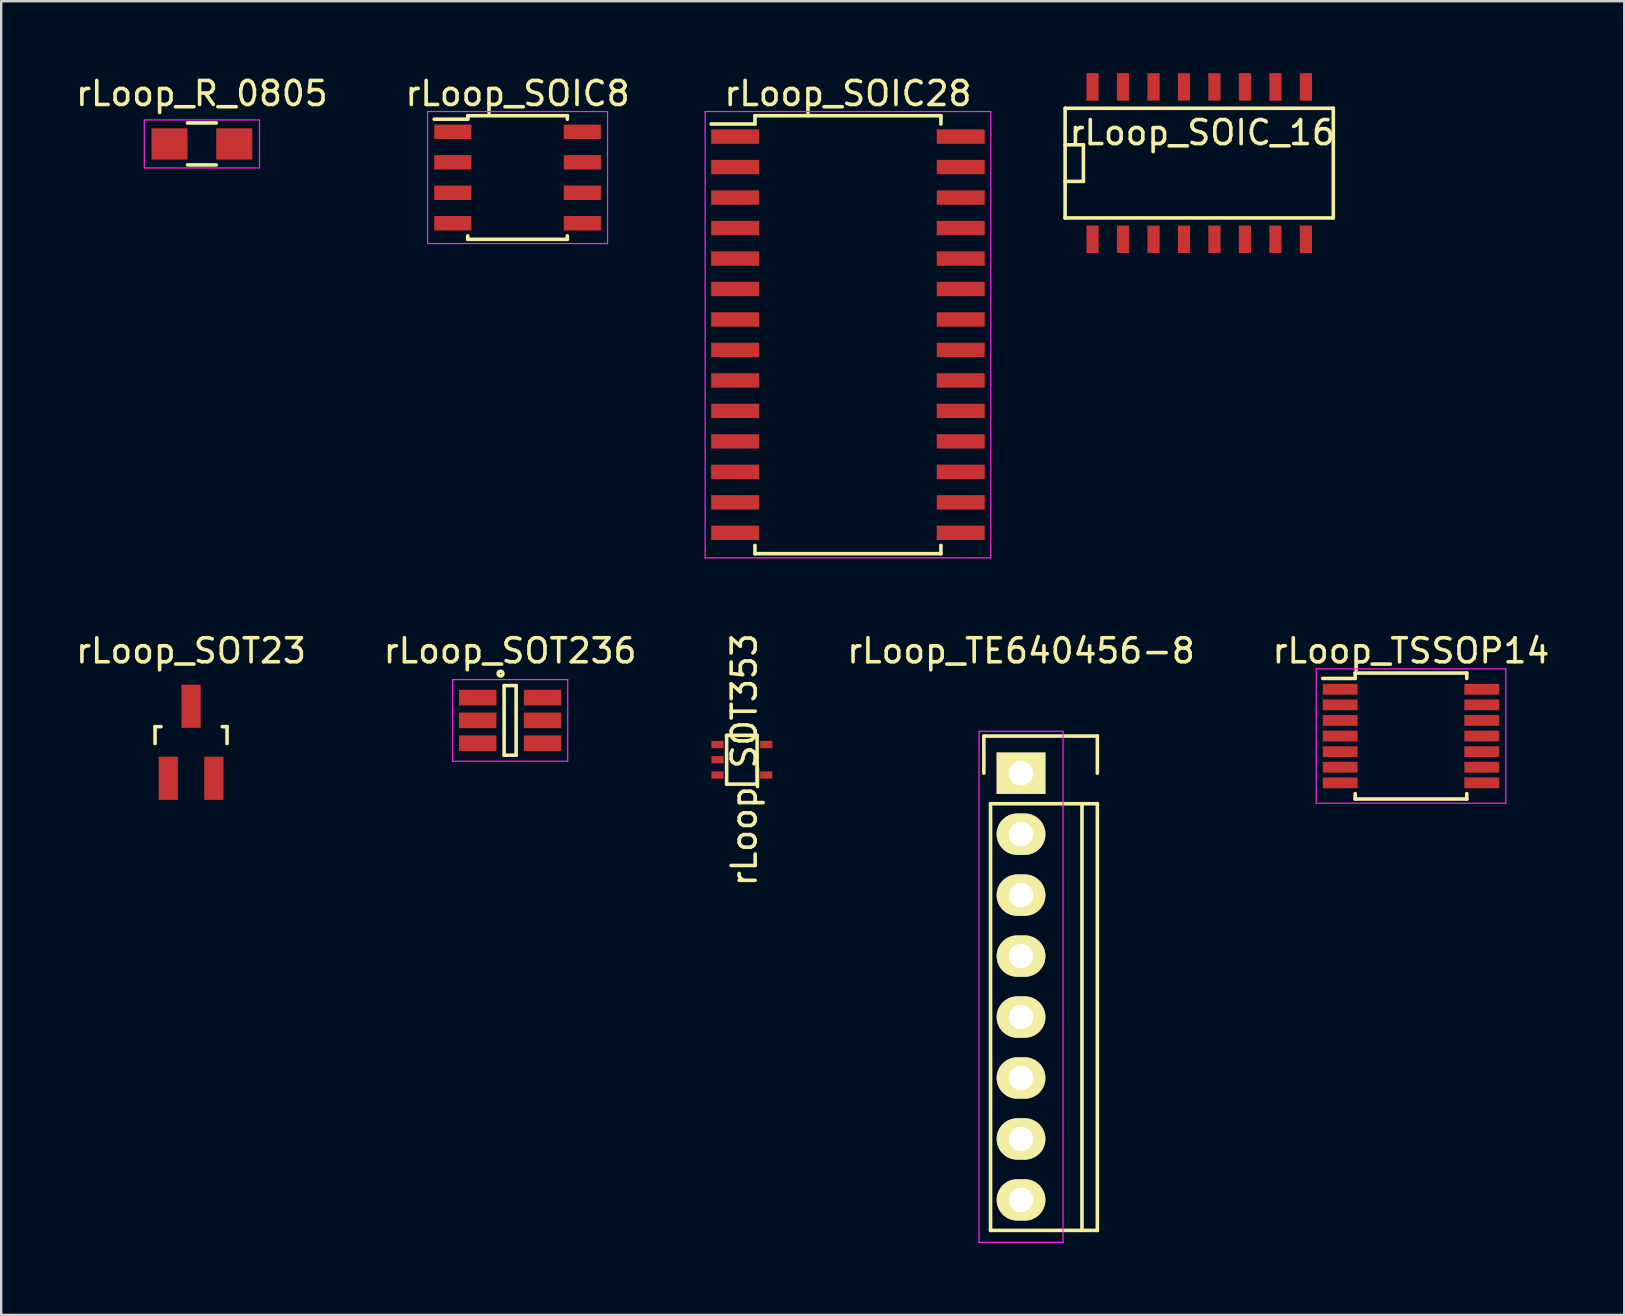
<source format=kicad_pcb>
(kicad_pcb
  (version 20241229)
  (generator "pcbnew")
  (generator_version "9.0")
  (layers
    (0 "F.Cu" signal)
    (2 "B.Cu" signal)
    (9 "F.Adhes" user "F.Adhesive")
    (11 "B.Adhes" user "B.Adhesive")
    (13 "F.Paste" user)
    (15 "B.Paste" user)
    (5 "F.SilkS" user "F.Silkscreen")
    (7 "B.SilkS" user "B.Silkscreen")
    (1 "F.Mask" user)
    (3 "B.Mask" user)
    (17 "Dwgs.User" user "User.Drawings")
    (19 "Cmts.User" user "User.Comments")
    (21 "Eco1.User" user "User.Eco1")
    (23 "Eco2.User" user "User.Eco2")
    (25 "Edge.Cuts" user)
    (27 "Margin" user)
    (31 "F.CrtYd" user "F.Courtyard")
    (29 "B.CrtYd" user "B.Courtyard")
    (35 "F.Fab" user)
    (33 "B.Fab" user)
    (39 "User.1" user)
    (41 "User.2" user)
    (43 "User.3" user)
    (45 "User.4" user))
  (footprint "rLoop_SOT23"
    (layer "F.Cu")
    (at 4.911 27.881)
    (property "Reference" "rLoop_SOT23" (at 0 -3.81 0) (layer "F.SilkS") (effects (font (size 1 1) (thickness 0.15))))
    (attr smd)
    (fp_line (start -1.5 -0.65) (end -1.251 -0.65) (stroke (width 0.15) (type solid)) (layer "F.SilkS"))
    (fp_line (start -1.5 0.051) (end -1.5 -0.65) (stroke (width 0.15) (type solid)) (layer "F.SilkS"))
    (fp_line (start 1.299 -0.65) (end 1.5 -0.65) (stroke (width 0.15) (type solid)) (layer "F.SilkS"))
    (fp_line (start 1.5 -0.65) (end 1.5 0.051) (stroke (width 0.15) (type solid)) (layer "F.SilkS"))
    (pad "1" smd rect (at -0.95 1.501) (size 0.8 1.801) (layers "F.Cu" "F.Mask" "F.Paste"))
    (pad "2" smd rect (at 0.95 1.501) (size 0.8 1.801) (layers "F.Cu" "F.Mask" "F.Paste"))
    (pad "3" smd rect (at 0 -1.501) (size 0.8 1.801) (layers "F.Cu" "F.Mask" "F.Paste")))
  (footprint "rLoop_SOIC_16"
    (layer "F.Cu")
    (at 46.923 3.747)
    (property "Reference" "rLoop_SOIC_16" (at 0.127 -1.27 0) (layer "F.SilkS") (effects (font (size 1 1) (thickness 0.15))))
    (attr smd)
    (fp_line (start -5.588 -2.286) (end 5.588 -2.286) (stroke (width 0.15) (type solid)) (layer "F.SilkS"))
    (fp_line (start -5.588 -0.762) (end -4.826 -0.762) (stroke (width 0.15) (type solid)) (layer "F.SilkS"))
    (fp_line (start -5.588 2.286) (end -5.588 -2.286) (stroke (width 0.15) (type solid)) (layer "F.SilkS"))
    (fp_line (start -4.826 -0.762) (end -4.826 0.762) (stroke (width 0.15) (type solid)) (layer "F.SilkS"))
    (fp_line (start -4.826 0.762) (end -5.588 0.762) (stroke (width 0.15) (type solid)) (layer "F.SilkS"))
    (fp_line (start 5.588 -2.286) (end 5.588 2.286) (stroke (width 0.15) (type solid)) (layer "F.SilkS"))
    (fp_line (start 5.588 2.286) (end -5.588 2.286) (stroke (width 0.15) (type solid)) (layer "F.SilkS"))
    (pad "1" smd rect (at -4.445 3.175) (size 0.508 1.143) (layers "F.Cu" "F.Mask" "F.Paste"))
    (pad "2" smd rect (at -3.175 3.175) (size 0.508 1.143) (layers "F.Cu" "F.Mask" "F.Paste"))
    (pad "3" smd rect (at -1.905 3.175) (size 0.508 1.143) (layers "F.Cu" "F.Mask" "F.Paste"))
    (pad "4" smd rect (at -0.635 3.175) (size 0.508 1.143) (layers "F.Cu" "F.Mask" "F.Paste"))
    (pad "5" smd rect (at 0.635 3.175) (size 0.508 1.143) (layers "F.Cu" "F.Mask" "F.Paste"))
    (pad "6" smd rect (at 1.905 3.175) (size 0.508 1.143) (layers "F.Cu" "F.Mask" "F.Paste"))
    (pad "7" smd rect (at 3.175 3.175) (size 0.508 1.143) (layers "F.Cu" "F.Mask" "F.Paste"))
    (pad "8" smd rect (at 4.445 3.175) (size 0.508 1.143) (layers "F.Cu" "F.Mask" "F.Paste"))
    (pad "9" smd rect (at 4.445 -3.175) (size 0.508 1.143) (layers "F.Cu" "F.Mask" "F.Paste"))
    (pad "10" smd rect (at 3.175 -3.175) (size 0.508 1.143) (layers "F.Cu" "F.Mask" "F.Paste"))
    (pad "11" smd rect (at 1.905 -3.175) (size 0.508 1.143) (layers "F.Cu" "F.Mask" "F.Paste"))
    (pad "12" smd rect (at 0.635 -3.175) (size 0.508 1.143) (layers "F.Cu" "F.Mask" "F.Paste"))
    (pad "13" smd rect (at -0.635 -3.175) (size 0.508 1.143) (layers "F.Cu" "F.Mask" "F.Paste"))
    (pad "14" smd rect (at -1.905 -3.175) (size 0.508 1.143) (layers "F.Cu" "F.Mask" "F.Paste"))
    (pad "15" smd rect (at -3.175 -3.175) (size 0.508 1.143) (layers "F.Cu" "F.Mask" "F.Paste"))
    (pad "16" smd rect (at -4.445 -3.175) (size 0.508 1.143) (layers "F.Cu" "F.Mask" "F.Paste")))
  (footprint "rLoop_SOT353"
    (layer "F.Cu")
    (at 27.865 28.61)
    (property "Reference" "rLoop_SOT353" (at 0.099 0 90) (layer "F.SilkS") (effects (font (size 1 1) (thickness 0.15))))
    (attr smd)
    (fp_line (start -0.635 -1.016) (end -0.635 1.016) (stroke (width 0.15) (type solid)) (layer "F.SilkS"))
    (fp_line (start -0.635 1.016) (end 0.635 1.016) (stroke (width 0.15) (type solid)) (layer "F.SilkS"))
    (fp_line (start 0.635 -1.016) (end -0.635 -1.016) (stroke (width 0.15) (type solid)) (layer "F.SilkS"))
    (fp_line (start 0.635 1.016) (end 0.635 -1.016) (stroke (width 0.15) (type solid)) (layer "F.SilkS"))
    (pad "1" smd rect (at -1.016 -0.635) (size 0.508 0.305) (layers "F.Cu" "F.Mask" "F.Paste"))
    (pad "2" smd rect (at -1.016 0) (size 0.508 0.305) (layers "F.Cu" "F.Mask" "F.Paste"))
    (pad "3" smd rect (at -1.016 0.635) (size 0.508 0.305) (layers "F.Cu" "F.Mask" "F.Paste"))
    (pad "4" smd rect (at 1.016 0.635) (size 0.508 0.305) (layers "F.Cu" "F.Mask" "F.Paste"))
    (pad "5" smd rect (at 1.016 -0.635) (size 0.508 0.305) (layers "F.Cu" "F.Mask" "F.Paste")))
  (footprint "rLoop_SOIC8"
    (layer "F.Cu")
    (at 18.518 4.348)
    (property "Reference" "rLoop_SOIC8" (at 0 -3.5 0) (layer "F.SilkS") (effects (font (size 1 1) (thickness 0.15))))
    (attr smd)
    (fp_line (start -2.075 -2.575) (end -2.075 -2.43) (stroke (width 0.15) (type solid)) (layer "F.SilkS"))
    (fp_line (start -2.075 -2.575) (end 2.075 -2.575) (stroke (width 0.15) (type solid)) (layer "F.SilkS"))
    (fp_line (start -2.075 -2.43) (end -3.475 -2.43) (stroke (width 0.15) (type solid)) (layer "F.SilkS"))
    (fp_line (start -2.075 2.575) (end -2.075 2.43) (stroke (width 0.15) (type solid)) (layer "F.SilkS"))
    (fp_line (start -2.075 2.575) (end 2.075 2.575) (stroke (width 0.15) (type solid)) (layer "F.SilkS"))
    (fp_line (start 2.075 -2.575) (end 2.075 -2.43) (stroke (width 0.15) (type solid)) (layer "F.SilkS"))
    (fp_line (start 2.075 2.575) (end 2.075 2.43) (stroke (width 0.15) (type solid)) (layer "F.SilkS"))
    (fp_line (start -3.75 -2.75) (end -3.75 2.75) (stroke (width 0.05) (type solid)) (layer "F.CrtYd"))
    (fp_line (start -3.75 -2.75) (end 3.75 -2.75) (stroke (width 0.05) (type solid)) (layer "F.CrtYd"))
    (fp_line (start -3.75 2.75) (end 3.75 2.75) (stroke (width 0.05) (type solid)) (layer "F.CrtYd"))
    (fp_line (start 3.75 -2.75) (end 3.75 2.75) (stroke (width 0.05) (type solid)) (layer "F.CrtYd"))
    (pad "1" smd rect (at -2.7 -1.905) (size 1.55 0.6) (layers "F.Cu" "F.Mask" "F.Paste"))
    (pad "2" smd rect (at -2.7 -0.635) (size 1.55 0.6) (layers "F.Cu" "F.Mask" "F.Paste"))
    (pad "3" smd rect (at -2.7 0.635) (size 1.55 0.6) (layers "F.Cu" "F.Mask" "F.Paste"))
    (pad "4" smd rect (at -2.7 1.905) (size 1.55 0.6) (layers "F.Cu" "F.Mask" "F.Paste"))
    (pad "5" smd rect (at 2.7 1.905) (size 1.55 0.6) (layers "F.Cu" "F.Mask" "F.Paste"))
    (pad "6" smd rect (at 2.7 0.635) (size 1.55 0.6) (layers "F.Cu" "F.Mask" "F.Paste"))
    (pad "7" smd rect (at 2.7 -0.635) (size 1.55 0.6) (layers "F.Cu" "F.Mask" "F.Paste"))
    (pad "8" smd rect (at 2.7 -1.905) (size 1.55 0.6) (layers "F.Cu" "F.Mask" "F.Paste")))
  (footprint "rLoop_TSSOP14"
    (layer "F.Cu")
    (at 55.748 27.622)
    (property "Reference" "rLoop_TSSOP14" (at 0 -3.55 0) (layer "F.SilkS") (effects (font (size 1 1) (thickness 0.15))))
    (attr smd)
    (fp_line (start -2.325 -2.625) (end -2.325 -2.4) (stroke (width 0.15) (type solid)) (layer "F.SilkS"))
    (fp_line (start -2.325 -2.625) (end 2.325 -2.625) (stroke (width 0.15) (type solid)) (layer "F.SilkS"))
    (fp_line (start -2.325 -2.4) (end -3.675 -2.4) (stroke (width 0.15) (type solid)) (layer "F.SilkS"))
    (fp_line (start -2.325 2.625) (end -2.325 2.4) (stroke (width 0.15) (type solid)) (layer "F.SilkS"))
    (fp_line (start -2.325 2.625) (end 2.325 2.625) (stroke (width 0.15) (type solid)) (layer "F.SilkS"))
    (fp_line (start 2.325 -2.625) (end 2.325 -2.4) (stroke (width 0.15) (type solid)) (layer "F.SilkS"))
    (fp_line (start 2.325 2.625) (end 2.325 2.4) (stroke (width 0.15) (type solid)) (layer "F.SilkS"))
    (fp_line (start -3.95 -2.8) (end -3.95 2.8) (stroke (width 0.05) (type solid)) (layer "F.CrtYd"))
    (fp_line (start -3.95 -2.8) (end 3.95 -2.8) (stroke (width 0.05) (type solid)) (layer "F.CrtYd"))
    (fp_line (start -3.95 2.8) (end 3.95 2.8) (stroke (width 0.05) (type solid)) (layer "F.CrtYd"))
    (fp_line (start 3.95 -2.8) (end 3.95 2.8) (stroke (width 0.05) (type solid)) (layer "F.CrtYd"))
    (pad "1" smd rect (at -2.95 -1.95) (size 1.45 0.45) (layers "F.Cu" "F.Mask" "F.Paste"))
    (pad "2" smd rect (at -2.95 -1.3) (size 1.45 0.45) (layers "F.Cu" "F.Mask" "F.Paste"))
    (pad "3" smd rect (at -2.95 -0.65) (size 1.45 0.45) (layers "F.Cu" "F.Mask" "F.Paste"))
    (pad "4" smd rect (at -2.95 0) (size 1.45 0.45) (layers "F.Cu" "F.Mask" "F.Paste"))
    (pad "5" smd rect (at -2.95 0.65) (size 1.45 0.45) (layers "F.Cu" "F.Mask" "F.Paste"))
    (pad "6" smd rect (at -2.95 1.3) (size 1.45 0.45) (layers "F.Cu" "F.Mask" "F.Paste"))
    (pad "7" smd rect (at -2.95 1.95) (size 1.45 0.45) (layers "F.Cu" "F.Mask" "F.Paste"))
    (pad "8" smd rect (at 2.95 1.95) (size 1.45 0.45) (layers "F.Cu" "F.Mask" "F.Paste"))
    (pad "9" smd rect (at 2.95 1.3) (size 1.45 0.45) (layers "F.Cu" "F.Mask" "F.Paste"))
    (pad "10" smd rect (at 2.95 0.65) (size 1.45 0.45) (layers "F.Cu" "F.Mask" "F.Paste"))
    (pad "11" smd rect (at 2.95 0) (size 1.45 0.45) (layers "F.Cu" "F.Mask" "F.Paste"))
    (pad "12" smd rect (at 2.95 -0.65) (size 1.45 0.45) (layers "F.Cu" "F.Mask" "F.Paste"))
    (pad "13" smd rect (at 2.95 -1.3) (size 1.45 0.45) (layers "F.Cu" "F.Mask" "F.Paste"))
    (pad "14" smd rect (at 2.95 -1.95) (size 1.45 0.45) (layers "F.Cu" "F.Mask" "F.Paste")))
  (footprint "rLoop_TE640456-8"
    (layer "F.Cu")
    (at 39.498 29.172)
    (property "Reference" "rLoop_TE640456-8" (at 0 -5.1 0) (layer "F.SilkS") (effects (font (size 1 1) (thickness 0.15))))
    (attr through_hole)
    (fp_line (start -1.55 -1.55) (end 3.18 -1.55) (stroke (width 0.15) (type solid)) (layer "F.SilkS"))
    (fp_line (start -1.55 0) (end -1.55 -1.55) (stroke (width 0.15) (type solid)) (layer "F.SilkS"))
    (fp_line (start -1.27 19.05) (end -1.27 1.27) (stroke (width 0.15) (type solid)) (layer "F.SilkS"))
    (fp_line (start 2.54 1.27) (end 2.54 19.05) (stroke (width 0.15) (type solid)) (layer "F.SilkS"))
    (fp_line (start 3.18 -1.55) (end 3.18 0) (stroke (width 0.15) (type solid)) (layer "F.SilkS"))
    (fp_line (start 3.18 1.27) (end -1.27 1.27) (stroke (width 0.15) (type solid)) (layer "F.SilkS"))
    (fp_line (start 3.18 1.27) (end 3.18 19.05) (stroke (width 0.15) (type solid)) (layer "F.SilkS"))
    (fp_line (start 3.18 19.05) (end -1.27 19.05) (stroke (width 0.15) (type solid)) (layer "F.SilkS"))
    (fp_line (start -1.75 -1.75) (end -1.75 19.55) (stroke (width 0.05) (type solid)) (layer "F.CrtYd"))
    (fp_line (start -1.75 -1.75) (end 1.75 -1.75) (stroke (width 0.05) (type solid)) (layer "F.CrtYd"))
    (fp_line (start -1.75 19.55) (end 1.75 19.55) (stroke (width 0.05) (type solid)) (layer "F.CrtYd"))
    (fp_line (start 1.75 -1.75) (end 1.75 19.55) (stroke (width 0.05) (type solid)) (layer "F.CrtYd"))
    (pad "1" thru_hole rect (at 0 0) (size 2.032 1.727) (drill 1.02) (layers "*.Cu" "*.Mask" "F.SilkS"))
    (pad "2" thru_hole oval (at 0 2.54) (size 2.032 1.727) (drill 1.016) (layers "*.Cu" "*.Mask" "F.SilkS"))
    (pad "3" thru_hole oval (at 0 5.08) (size 2.032 1.727) (drill 1.016) (layers "*.Cu" "*.Mask" "F.SilkS"))
    (pad "4" thru_hole oval (at 0 7.62) (size 2.032 1.727) (drill 1.016) (layers "*.Cu" "*.Mask" "F.SilkS"))
    (pad "5" thru_hole oval (at 0 10.16) (size 2.032 1.727) (drill 1.016) (layers "*.Cu" "*.Mask" "F.SilkS"))
    (pad "6" thru_hole oval (at 0 12.7) (size 2.032 1.727) (drill 1.016) (layers "*.Cu" "*.Mask" "F.SilkS"))
    (pad "7" thru_hole oval (at 0 15.24) (size 2.032 1.727) (drill 1.016) (layers "*.Cu" "*.Mask" "F.SilkS"))
    (pad "8" thru_hole oval (at 0 17.78) (size 2.032 1.727) (drill 1.016) (layers "*.Cu" "*.Mask" "F.SilkS")))
  (footprint "rLoop_SOT236"
    (layer "F.Cu")
    (at 18.208 26.971)
    (property "Reference" "rLoop_SOT236" (at 0 -2.9 0) (layer "F.SilkS") (effects (font (size 1 1) (thickness 0.15))))
    (attr smd)
    (fp_line (start -0.25 -1.45) (end -0.25 1.45) (stroke (width 0.15) (type solid)) (layer "F.SilkS"))
    (fp_line (start -0.25 1.45) (end 0.25 1.45) (stroke (width 0.15) (type solid)) (layer "F.SilkS"))
    (fp_line (start 0.25 -1.45) (end -0.25 -1.45) (stroke (width 0.15) (type solid)) (layer "F.SilkS"))
    (fp_line (start 0.25 1.45) (end 0.25 -1.45) (stroke (width 0.15) (type solid)) (layer "F.SilkS"))
    (fp_circle (center -0.4 -1.95) (end -0.3 -1.95) (stroke (width 0.15) (type solid)) (fill no) (layer "F.SilkS"))
    (fp_line (start -2.4 -1.7) (end 2.4 -1.7) (stroke (width 0.05) (type solid)) (layer "F.CrtYd"))
    (fp_line (start -2.4 1.7) (end -2.4 -1.7) (stroke (width 0.05) (type solid)) (layer "F.CrtYd"))
    (fp_line (start 2.4 -1.7) (end 2.4 1.7) (stroke (width 0.05) (type solid)) (layer "F.CrtYd"))
    (fp_line (start 2.4 1.7) (end -2.4 1.7) (stroke (width 0.05) (type solid)) (layer "F.CrtYd"))
    (pad "1" smd rect (at -1.35 -0.95) (size 1.56 0.65) (layers "F.Cu" "F.Mask" "F.Paste"))
    (pad "2" smd rect (at -1.35 0) (size 1.56 0.65) (layers "F.Cu" "F.Mask" "F.Paste"))
    (pad "3" smd rect (at -1.35 0.95) (size 1.56 0.65) (layers "F.Cu" "F.Mask" "F.Paste"))
    (pad "4" smd rect (at 1.35 0.95) (size 1.56 0.65) (layers "F.Cu" "F.Mask" "F.Paste"))
    (pad "5" smd rect (at 1.35 0) (size 1.56 0.65) (layers "F.Cu" "F.Mask" "F.Paste"))
    (pad "6" smd rect (at 1.35 -0.95) (size 1.56 0.65) (layers "F.Cu" "F.Mask" "F.Paste")))
  (footprint "rLoop_SOIC28"
    (layer "F.Cu")
    (at 32.285 10.898)
    (property "Reference" "rLoop_SOIC28" (at 0 -10.05 0) (layer "F.SilkS") (effects (font (size 1 1) (thickness 0.15))))
    (attr smd)
    (fp_line (start -3.875 -9.125) (end -3.875 -8.78) (stroke (width 0.15) (type solid)) (layer "F.SilkS"))
    (fp_line (start -3.875 -9.125) (end 3.875 -9.125) (stroke (width 0.15) (type solid)) (layer "F.SilkS"))
    (fp_line (start -3.875 -8.78) (end -5.7 -8.78) (stroke (width 0.15) (type solid)) (layer "F.SilkS"))
    (fp_line (start -3.875 9.125) (end -3.875 8.78) (stroke (width 0.15) (type solid)) (layer "F.SilkS"))
    (fp_line (start -3.875 9.125) (end 3.875 9.125) (stroke (width 0.15) (type solid)) (layer "F.SilkS"))
    (fp_line (start 3.875 -9.125) (end 3.875 -8.78) (stroke (width 0.15) (type solid)) (layer "F.SilkS"))
    (fp_line (start 3.875 9.125) (end 3.875 8.78) (stroke (width 0.15) (type solid)) (layer "F.SilkS"))
    (fp_line (start -5.95 -9.3) (end -5.95 9.3) (stroke (width 0.05) (type solid)) (layer "F.CrtYd"))
    (fp_line (start -5.95 -9.3) (end 5.95 -9.3) (stroke (width 0.05) (type solid)) (layer "F.CrtYd"))
    (fp_line (start -5.95 9.3) (end 5.95 9.3) (stroke (width 0.05) (type solid)) (layer "F.CrtYd"))
    (fp_line (start 5.95 -9.3) (end 5.95 9.3) (stroke (width 0.05) (type solid)) (layer "F.CrtYd"))
    (pad "1" smd rect (at -4.7 -8.255) (size 2 0.6) (layers "F.Cu" "F.Mask" "F.Paste"))
    (pad "2" smd rect (at -4.7 -6.985) (size 2 0.6) (layers "F.Cu" "F.Mask" "F.Paste"))
    (pad "3" smd rect (at -4.7 -5.715) (size 2 0.6) (layers "F.Cu" "F.Mask" "F.Paste"))
    (pad "4" smd rect (at -4.7 -4.445) (size 2 0.6) (layers "F.Cu" "F.Mask" "F.Paste"))
    (pad "5" smd rect (at -4.7 -3.175) (size 2 0.6) (layers "F.Cu" "F.Mask" "F.Paste"))
    (pad "6" smd rect (at -4.7 -1.905) (size 2 0.6) (layers "F.Cu" "F.Mask" "F.Paste"))
    (pad "7" smd rect (at -4.7 -0.635) (size 2 0.6) (layers "F.Cu" "F.Mask" "F.Paste"))
    (pad "8" smd rect (at -4.7 0.635) (size 2 0.6) (layers "F.Cu" "F.Mask" "F.Paste"))
    (pad "9" smd rect (at -4.7 1.905) (size 2 0.6) (layers "F.Cu" "F.Mask" "F.Paste"))
    (pad "10" smd rect (at -4.7 3.175) (size 2 0.6) (layers "F.Cu" "F.Mask" "F.Paste"))
    (pad "11" smd rect (at -4.7 4.445) (size 2 0.6) (layers "F.Cu" "F.Mask" "F.Paste"))
    (pad "12" smd rect (at -4.7 5.715) (size 2 0.6) (layers "F.Cu" "F.Mask" "F.Paste"))
    (pad "13" smd rect (at -4.7 6.985) (size 2 0.6) (layers "F.Cu" "F.Mask" "F.Paste"))
    (pad "14" smd rect (at -4.7 8.255) (size 2 0.6) (layers "F.Cu" "F.Mask" "F.Paste"))
    (pad "15" smd rect (at 4.7 8.255) (size 2 0.6) (layers "F.Cu" "F.Mask" "F.Paste"))
    (pad "16" smd rect (at 4.7 6.985) (size 2 0.6) (layers "F.Cu" "F.Mask" "F.Paste"))
    (pad "17" smd rect (at 4.7 5.715) (size 2 0.6) (layers "F.Cu" "F.Mask" "F.Paste"))
    (pad "18" smd rect (at 4.7 4.445) (size 2 0.6) (layers "F.Cu" "F.Mask" "F.Paste"))
    (pad "19" smd rect (at 4.7 3.175) (size 2 0.6) (layers "F.Cu" "F.Mask" "F.Paste"))
    (pad "20" smd rect (at 4.7 1.905) (size 2 0.6) (layers "F.Cu" "F.Mask" "F.Paste"))
    (pad "21" smd rect (at 4.7 0.635) (size 2 0.6) (layers "F.Cu" "F.Mask" "F.Paste"))
    (pad "22" smd rect (at 4.7 -0.635) (size 2 0.6) (layers "F.Cu" "F.Mask" "F.Paste"))
    (pad "23" smd rect (at 4.7 -1.905) (size 2 0.6) (layers "F.Cu" "F.Mask" "F.Paste"))
    (pad "24" smd rect (at 4.7 -3.175) (size 2 0.6) (layers "F.Cu" "F.Mask" "F.Paste"))
    (pad "25" smd rect (at 4.7 -4.445) (size 2 0.6) (layers "F.Cu" "F.Mask" "F.Paste"))
    (pad "26" smd rect (at 4.7 -5.715) (size 2 0.6) (layers "F.Cu" "F.Mask" "F.Paste"))
    (pad "27" smd rect (at 4.7 -6.985) (size 2 0.6) (layers "F.Cu" "F.Mask" "F.Paste"))
    (pad "28" smd rect (at 4.7 -8.255) (size 2 0.6) (layers "F.Cu" "F.Mask" "F.Paste")))
  (footprint "rLoop_R_0805"
    (layer "F.Cu")
    (at 5.363 2.948)
    (property "Reference" "rLoop_R_0805" (at 0 -2.1 0) (layer "F.SilkS") (effects (font (size 1 1) (thickness 0.15))))
    (attr smd)
    (fp_line (start -0.6 -0.875) (end 0.6 -0.875) (stroke (width 0.15) (type solid)) (layer "F.SilkS"))
    (fp_line (start 0.6 0.875) (end -0.6 0.875) (stroke (width 0.15) (type solid)) (layer "F.SilkS"))
    (fp_line (start -2.4 -1) (end -2.4 1) (stroke (width 0.05) (type solid)) (layer "F.CrtYd"))
    (fp_line (start -2.4 -1) (end 2.4 -1) (stroke (width 0.05) (type solid)) (layer "F.CrtYd"))
    (fp_line (start -2.4 1) (end 2.4 1) (stroke (width 0.05) (type solid)) (layer "F.CrtYd"))
    (fp_line (start 2.4 -1) (end 2.4 1) (stroke (width 0.05) (type solid)) (layer "F.CrtYd"))
    (pad "1" smd rect (at -1.35 0) (size 1.5 1.3) (layers "F.Cu" "F.Mask" "F.Paste"))
    (pad "2" smd rect (at 1.35 0) (size 1.5 1.3) (layers "F.Cu" "F.Mask" "F.Paste")))
  (gr_rect
    (start -3 -3)
    (end 64.635 51.746)
    (stroke (width 0.1) (type default))
    (fill no)
    (layer "Edge.Cuts")))
</source>
